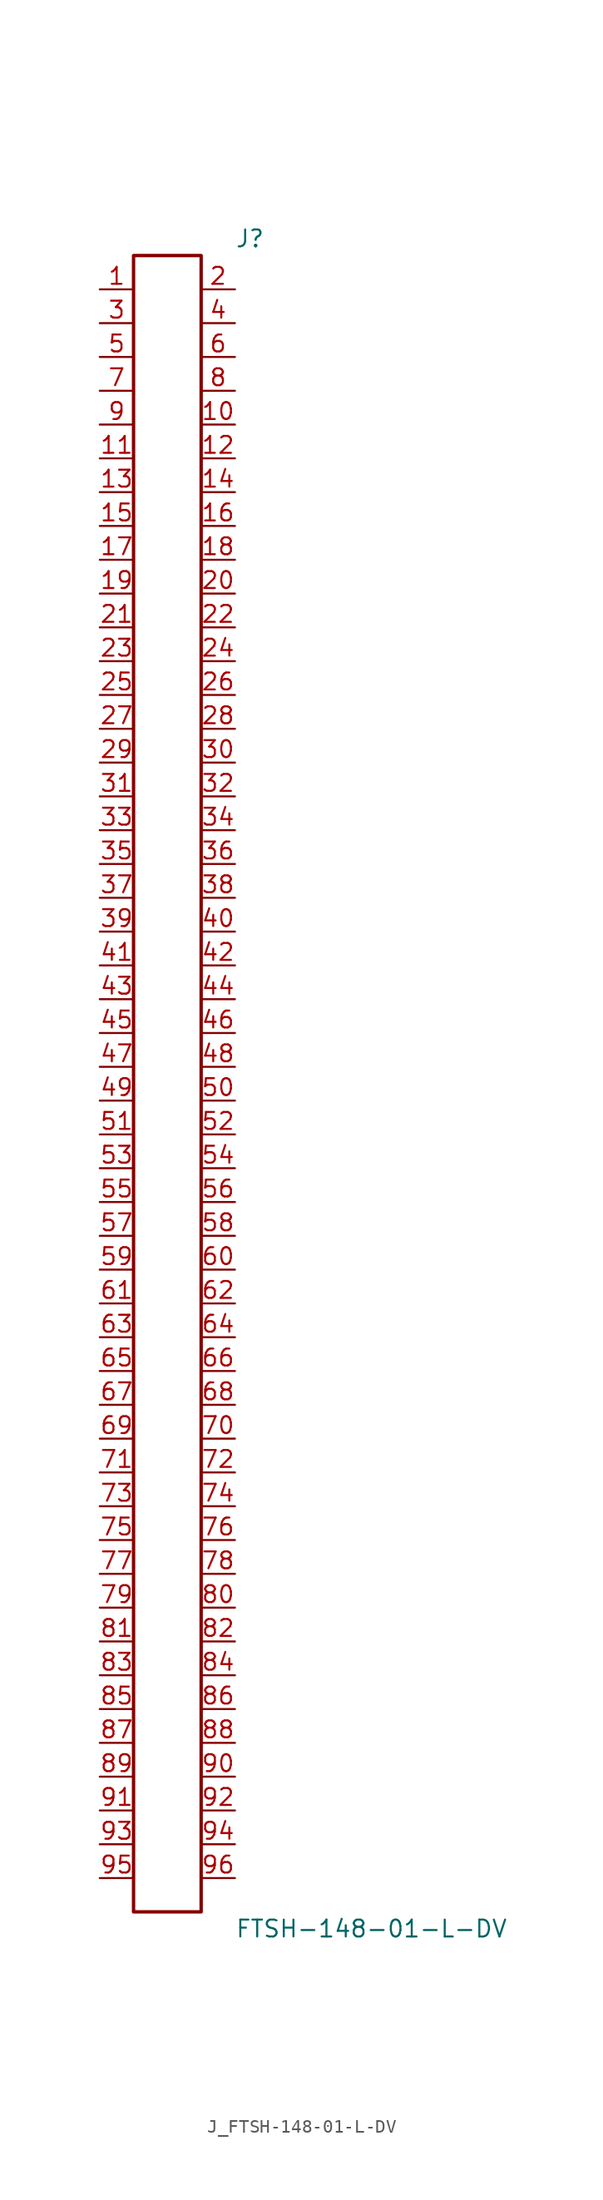
<source format=kicad_sym>
(kicad_symbol_lib
  (version 20231120)
  (generator kicad_symbol_editor)
  (generator_version 8.0)
  (symbol "J_FTSH-148-01-L-DV"
    (pin_names
      (offset 0.254))
    (property "Reference" "J"
      (at 5.08 63.5 0)
      (effects (font (size 1.27 1.27)) (justify left)))
    (property "Value" "FTSH-148-01-L-DV"
      (at 5.08 -63.5 0)
      (effects (font (size 1.27 1.27)) (justify left)))
    (symbol "J_FTSH-148-01-L-DV_0_0"
      (pin passive line (at -5.08 59.69 0) (length 2.54) (name "" (effects (font (size 1.27 1.27)))) (number "1" (effects (font (size 1.27 1.27)))))
      (pin passive line (at 5.08 59.69 180) (length 2.54) (name "" (effects (font (size 1.27 1.27)))) (number "2" (effects (font (size 1.27 1.27)))))
      (pin passive line (at -5.08 57.15 0) (length 2.54) (name "" (effects (font (size 1.27 1.27)))) (number "3" (effects (font (size 1.27 1.27)))))
      (pin passive line (at 5.08 57.15 180) (length 2.54) (name "" (effects (font (size 1.27 1.27)))) (number "4" (effects (font (size 1.27 1.27)))))
      (pin passive line (at -5.08 54.61 0) (length 2.54) (name "" (effects (font (size 1.27 1.27)))) (number "5" (effects (font (size 1.27 1.27)))))
      (pin passive line (at 5.08 54.61 180) (length 2.54) (name "" (effects (font (size 1.27 1.27)))) (number "6" (effects (font (size 1.27 1.27)))))
      (pin passive line (at -5.08 52.07 0) (length 2.54) (name "" (effects (font (size 1.27 1.27)))) (number "7" (effects (font (size 1.27 1.27)))))
      (pin passive line (at 5.08 52.07 180) (length 2.54) (name "" (effects (font (size 1.27 1.27)))) (number "8" (effects (font (size 1.27 1.27)))))
      (pin passive line (at -5.08 49.53 0) (length 2.54) (name "" (effects (font (size 1.27 1.27)))) (number "9" (effects (font (size 1.27 1.27)))))
      (pin passive line (at 5.08 49.53 180) (length 2.54) (name "" (effects (font (size 1.27 1.27)))) (number "10" (effects (font (size 1.27 1.27)))))
      (pin passive line (at -5.08 46.99 0) (length 2.54) (name "" (effects (font (size 1.27 1.27)))) (number "11" (effects (font (size 1.27 1.27)))))
      (pin passive line (at 5.08 46.99 180) (length 2.54) (name "" (effects (font (size 1.27 1.27)))) (number "12" (effects (font (size 1.27 1.27)))))
      (pin passive line (at -5.08 44.45 0) (length 2.54) (name "" (effects (font (size 1.27 1.27)))) (number "13" (effects (font (size 1.27 1.27)))))
      (pin passive line (at 5.08 44.45 180) (length 2.54) (name "" (effects (font (size 1.27 1.27)))) (number "14" (effects (font (size 1.27 1.27)))))
      (pin passive line (at -5.08 41.91 0) (length 2.54) (name "" (effects (font (size 1.27 1.27)))) (number "15" (effects (font (size 1.27 1.27)))))
      (pin passive line (at 5.08 41.91 180) (length 2.54) (name "" (effects (font (size 1.27 1.27)))) (number "16" (effects (font (size 1.27 1.27)))))
      (pin passive line (at -5.08 39.37 0) (length 2.54) (name "" (effects (font (size 1.27 1.27)))) (number "17" (effects (font (size 1.27 1.27)))))
      (pin passive line (at 5.08 39.37 180) (length 2.54) (name "" (effects (font (size 1.27 1.27)))) (number "18" (effects (font (size 1.27 1.27)))))
      (pin passive line (at -5.08 36.83 0) (length 2.54) (name "" (effects (font (size 1.27 1.27)))) (number "19" (effects (font (size 1.27 1.27)))))
      (pin passive line (at 5.08 36.83 180) (length 2.54) (name "" (effects (font (size 1.27 1.27)))) (number "20" (effects (font (size 1.27 1.27)))))
      (pin passive line (at -5.08 34.29 0) (length 2.54) (name "" (effects (font (size 1.27 1.27)))) (number "21" (effects (font (size 1.27 1.27)))))
      (pin passive line (at 5.08 34.29 180) (length 2.54) (name "" (effects (font (size 1.27 1.27)))) (number "22" (effects (font (size 1.27 1.27)))))
      (pin passive line (at -5.08 31.75 0) (length 2.54) (name "" (effects (font (size 1.27 1.27)))) (number "23" (effects (font (size 1.27 1.27)))))
      (pin passive line (at 5.08 31.75 180) (length 2.54) (name "" (effects (font (size 1.27 1.27)))) (number "24" (effects (font (size 1.27 1.27)))))
      (pin passive line (at -5.08 29.21 0) (length 2.54) (name "" (effects (font (size 1.27 1.27)))) (number "25" (effects (font (size 1.27 1.27)))))
      (pin passive line (at 5.08 29.21 180) (length 2.54) (name "" (effects (font (size 1.27 1.27)))) (number "26" (effects (font (size 1.27 1.27)))))
      (pin passive line (at -5.08 26.67 0) (length 2.54) (name "" (effects (font (size 1.27 1.27)))) (number "27" (effects (font (size 1.27 1.27)))))
      (pin passive line (at 5.08 26.67 180) (length 2.54) (name "" (effects (font (size 1.27 1.27)))) (number "28" (effects (font (size 1.27 1.27)))))
      (pin passive line (at -5.08 24.13 0) (length 2.54) (name "" (effects (font (size 1.27 1.27)))) (number "29" (effects (font (size 1.27 1.27)))))
      (pin passive line (at 5.08 24.13 180) (length 2.54) (name "" (effects (font (size 1.27 1.27)))) (number "30" (effects (font (size 1.27 1.27)))))
      (pin passive line (at -5.08 21.59 0) (length 2.54) (name "" (effects (font (size 1.27 1.27)))) (number "31" (effects (font (size 1.27 1.27)))))
      (pin passive line (at 5.08 21.59 180) (length 2.54) (name "" (effects (font (size 1.27 1.27)))) (number "32" (effects (font (size 1.27 1.27)))))
      (pin passive line (at -5.08 19.05 0) (length 2.54) (name "" (effects (font (size 1.27 1.27)))) (number "33" (effects (font (size 1.27 1.27)))))
      (pin passive line (at 5.08 19.05 180) (length 2.54) (name "" (effects (font (size 1.27 1.27)))) (number "34" (effects (font (size 1.27 1.27)))))
      (pin passive line (at -5.08 16.51 0) (length 2.54) (name "" (effects (font (size 1.27 1.27)))) (number "35" (effects (font (size 1.27 1.27)))))
      (pin passive line (at 5.08 16.51 180) (length 2.54) (name "" (effects (font (size 1.27 1.27)))) (number "36" (effects (font (size 1.27 1.27)))))
      (pin passive line (at -5.08 13.97 0) (length 2.54) (name "" (effects (font (size 1.27 1.27)))) (number "37" (effects (font (size 1.27 1.27)))))
      (pin passive line (at 5.08 13.97 180) (length 2.54) (name "" (effects (font (size 1.27 1.27)))) (number "38" (effects (font (size 1.27 1.27)))))
      (pin passive line (at -5.08 11.43 0) (length 2.54) (name "" (effects (font (size 1.27 1.27)))) (number "39" (effects (font (size 1.27 1.27)))))
      (pin passive line (at 5.08 11.43 180) (length 2.54) (name "" (effects (font (size 1.27 1.27)))) (number "40" (effects (font (size 1.27 1.27)))))
      (pin passive line (at -5.08 8.89 0) (length 2.54) (name "" (effects (font (size 1.27 1.27)))) (number "41" (effects (font (size 1.27 1.27)))))
      (pin passive line (at 5.08 8.89 180) (length 2.54) (name "" (effects (font (size 1.27 1.27)))) (number "42" (effects (font (size 1.27 1.27)))))
      (pin passive line (at -5.08 6.35 0) (length 2.54) (name "" (effects (font (size 1.27 1.27)))) (number "43" (effects (font (size 1.27 1.27)))))
      (pin passive line (at 5.08 6.35 180) (length 2.54) (name "" (effects (font (size 1.27 1.27)))) (number "44" (effects (font (size 1.27 1.27)))))
      (pin passive line (at -5.08 3.81 0) (length 2.54) (name "" (effects (font (size 1.27 1.27)))) (number "45" (effects (font (size 1.27 1.27)))))
      (pin passive line (at 5.08 3.81 180) (length 2.54) (name "" (effects (font (size 1.27 1.27)))) (number "46" (effects (font (size 1.27 1.27)))))
      (pin passive line (at -5.08 1.27 0) (length 2.54) (name "" (effects (font (size 1.27 1.27)))) (number "47" (effects (font (size 1.27 1.27)))))
      (pin passive line (at 5.08 1.27 180) (length 2.54) (name "" (effects (font (size 1.27 1.27)))) (number "48" (effects (font (size 1.27 1.27)))))
      (pin passive line (at -5.08 -1.27 0) (length 2.54) (name "" (effects (font (size 1.27 1.27)))) (number "49" (effects (font (size 1.27 1.27)))))
      (pin passive line (at 5.08 -1.27 180) (length 2.54) (name "" (effects (font (size 1.27 1.27)))) (number "50" (effects (font (size 1.27 1.27)))))
      (pin passive line (at -5.08 -3.81 0) (length 2.54) (name "" (effects (font (size 1.27 1.27)))) (number "51" (effects (font (size 1.27 1.27)))))
      (pin passive line (at 5.08 -3.81 180) (length 2.54) (name "" (effects (font (size 1.27 1.27)))) (number "52" (effects (font (size 1.27 1.27)))))
      (pin passive line (at -5.08 -6.35 0) (length 2.54) (name "" (effects (font (size 1.27 1.27)))) (number "53" (effects (font (size 1.27 1.27)))))
      (pin passive line (at 5.08 -6.35 180) (length 2.54) (name "" (effects (font (size 1.27 1.27)))) (number "54" (effects (font (size 1.27 1.27)))))
      (pin passive line (at -5.08 -8.89 0) (length 2.54) (name "" (effects (font (size 1.27 1.27)))) (number "55" (effects (font (size 1.27 1.27)))))
      (pin passive line (at 5.08 -8.89 180) (length 2.54) (name "" (effects (font (size 1.27 1.27)))) (number "56" (effects (font (size 1.27 1.27)))))
      (pin passive line (at -5.08 -11.43 0) (length 2.54) (name "" (effects (font (size 1.27 1.27)))) (number "57" (effects (font (size 1.27 1.27)))))
      (pin passive line (at 5.08 -11.43 180) (length 2.54) (name "" (effects (font (size 1.27 1.27)))) (number "58" (effects (font (size 1.27 1.27)))))
      (pin passive line (at -5.08 -13.97 0) (length 2.54) (name "" (effects (font (size 1.27 1.27)))) (number "59" (effects (font (size 1.27 1.27)))))
      (pin passive line (at 5.08 -13.97 180) (length 2.54) (name "" (effects (font (size 1.27 1.27)))) (number "60" (effects (font (size 1.27 1.27)))))
      (pin passive line (at -5.08 -16.51 0) (length 2.54) (name "" (effects (font (size 1.27 1.27)))) (number "61" (effects (font (size 1.27 1.27)))))
      (pin passive line (at 5.08 -16.51 180) (length 2.54) (name "" (effects (font (size 1.27 1.27)))) (number "62" (effects (font (size 1.27 1.27)))))
      (pin passive line (at -5.08 -19.05 0) (length 2.54) (name "" (effects (font (size 1.27 1.27)))) (number "63" (effects (font (size 1.27 1.27)))))
      (pin passive line (at 5.08 -19.05 180) (length 2.54) (name "" (effects (font (size 1.27 1.27)))) (number "64" (effects (font (size 1.27 1.27)))))
      (pin passive line (at -5.08 -21.59 0) (length 2.54) (name "" (effects (font (size 1.27 1.27)))) (number "65" (effects (font (size 1.27 1.27)))))
      (pin passive line (at 5.08 -21.59 180) (length 2.54) (name "" (effects (font (size 1.27 1.27)))) (number "66" (effects (font (size 1.27 1.27)))))
      (pin passive line (at -5.08 -24.13 0) (length 2.54) (name "" (effects (font (size 1.27 1.27)))) (number "67" (effects (font (size 1.27 1.27)))))
      (pin passive line (at 5.08 -24.13 180) (length 2.54) (name "" (effects (font (size 1.27 1.27)))) (number "68" (effects (font (size 1.27 1.27)))))
      (pin passive line (at -5.08 -26.67 0) (length 2.54) (name "" (effects (font (size 1.27 1.27)))) (number "69" (effects (font (size 1.27 1.27)))))
      (pin passive line (at 5.08 -26.67 180) (length 2.54) (name "" (effects (font (size 1.27 1.27)))) (number "70" (effects (font (size 1.27 1.27)))))
      (pin passive line (at -5.08 -29.21 0) (length 2.54) (name "" (effects (font (size 1.27 1.27)))) (number "71" (effects (font (size 1.27 1.27)))))
      (pin passive line (at 5.08 -29.21 180) (length 2.54) (name "" (effects (font (size 1.27 1.27)))) (number "72" (effects (font (size 1.27 1.27)))))
      (pin passive line (at -5.08 -31.75 0) (length 2.54) (name "" (effects (font (size 1.27 1.27)))) (number "73" (effects (font (size 1.27 1.27)))))
      (pin passive line (at 5.08 -31.75 180) (length 2.54) (name "" (effects (font (size 1.27 1.27)))) (number "74" (effects (font (size 1.27 1.27)))))
      (pin passive line (at -5.08 -34.29 0) (length 2.54) (name "" (effects (font (size 1.27 1.27)))) (number "75" (effects (font (size 1.27 1.27)))))
      (pin passive line (at 5.08 -34.29 180) (length 2.54) (name "" (effects (font (size 1.27 1.27)))) (number "76" (effects (font (size 1.27 1.27)))))
      (pin passive line (at -5.08 -36.83 0) (length 2.54) (name "" (effects (font (size 1.27 1.27)))) (number "77" (effects (font (size 1.27 1.27)))))
      (pin passive line (at 5.08 -36.83 180) (length 2.54) (name "" (effects (font (size 1.27 1.27)))) (number "78" (effects (font (size 1.27 1.27)))))
      (pin passive line (at -5.08 -39.37 0) (length 2.54) (name "" (effects (font (size 1.27 1.27)))) (number "79" (effects (font (size 1.27 1.27)))))
      (pin passive line (at 5.08 -39.37 180) (length 2.54) (name "" (effects (font (size 1.27 1.27)))) (number "80" (effects (font (size 1.27 1.27)))))
      (pin passive line (at -5.08 -41.91 0) (length 2.54) (name "" (effects (font (size 1.27 1.27)))) (number "81" (effects (font (size 1.27 1.27)))))
      (pin passive line (at 5.08 -41.91 180) (length 2.54) (name "" (effects (font (size 1.27 1.27)))) (number "82" (effects (font (size 1.27 1.27)))))
      (pin passive line (at -5.08 -44.45 0) (length 2.54) (name "" (effects (font (size 1.27 1.27)))) (number "83" (effects (font (size 1.27 1.27)))))
      (pin passive line (at 5.08 -44.45 180) (length 2.54) (name "" (effects (font (size 1.27 1.27)))) (number "84" (effects (font (size 1.27 1.27)))))
      (pin passive line (at -5.08 -46.99 0) (length 2.54) (name "" (effects (font (size 1.27 1.27)))) (number "85" (effects (font (size 1.27 1.27)))))
      (pin passive line (at 5.08 -46.99 180) (length 2.54) (name "" (effects (font (size 1.27 1.27)))) (number "86" (effects (font (size 1.27 1.27)))))
      (pin passive line (at -5.08 -49.53 0) (length 2.54) (name "" (effects (font (size 1.27 1.27)))) (number "87" (effects (font (size 1.27 1.27)))))
      (pin passive line (at 5.08 -49.53 180) (length 2.54) (name "" (effects (font (size 1.27 1.27)))) (number "88" (effects (font (size 1.27 1.27)))))
      (pin passive line (at -5.08 -52.07 0) (length 2.54) (name "" (effects (font (size 1.27 1.27)))) (number "89" (effects (font (size 1.27 1.27)))))
      (pin passive line (at 5.08 -52.07 180) (length 2.54) (name "" (effects (font (size 1.27 1.27)))) (number "90" (effects (font (size 1.27 1.27)))))
      (pin passive line (at -5.08 -54.61 0) (length 2.54) (name "" (effects (font (size 1.27 1.27)))) (number "91" (effects (font (size 1.27 1.27)))))
      (pin passive line (at 5.08 -54.61 180) (length 2.54) (name "" (effects (font (size 1.27 1.27)))) (number "92" (effects (font (size 1.27 1.27)))))
      (pin passive line (at -5.08 -57.15 0) (length 2.54) (name "" (effects (font (size 1.27 1.27)))) (number "93" (effects (font (size 1.27 1.27)))))
      (pin passive line (at 5.08 -57.15 180) (length 2.54) (name "" (effects (font (size 1.27 1.27)))) (number "94" (effects (font (size 1.27 1.27)))))
      (pin passive line (at -5.08 -59.69 0) (length 2.54) (name "" (effects (font (size 1.27 1.27)))) (number "95" (effects (font (size 1.27 1.27)))))
      (pin passive line (at 5.08 -59.69 180) (length 2.54) (name "" (effects (font (size 1.27 1.27)))) (number "96" (effects (font (size 1.27 1.27))))))
    (symbol "J_FTSH-148-01-L-DV_1_0"
      (rectangle (start -2.54 62.23) (end 2.54 -62.23) (stroke (width 0.254) (type solid)) (fill (type none))))))
</source>
